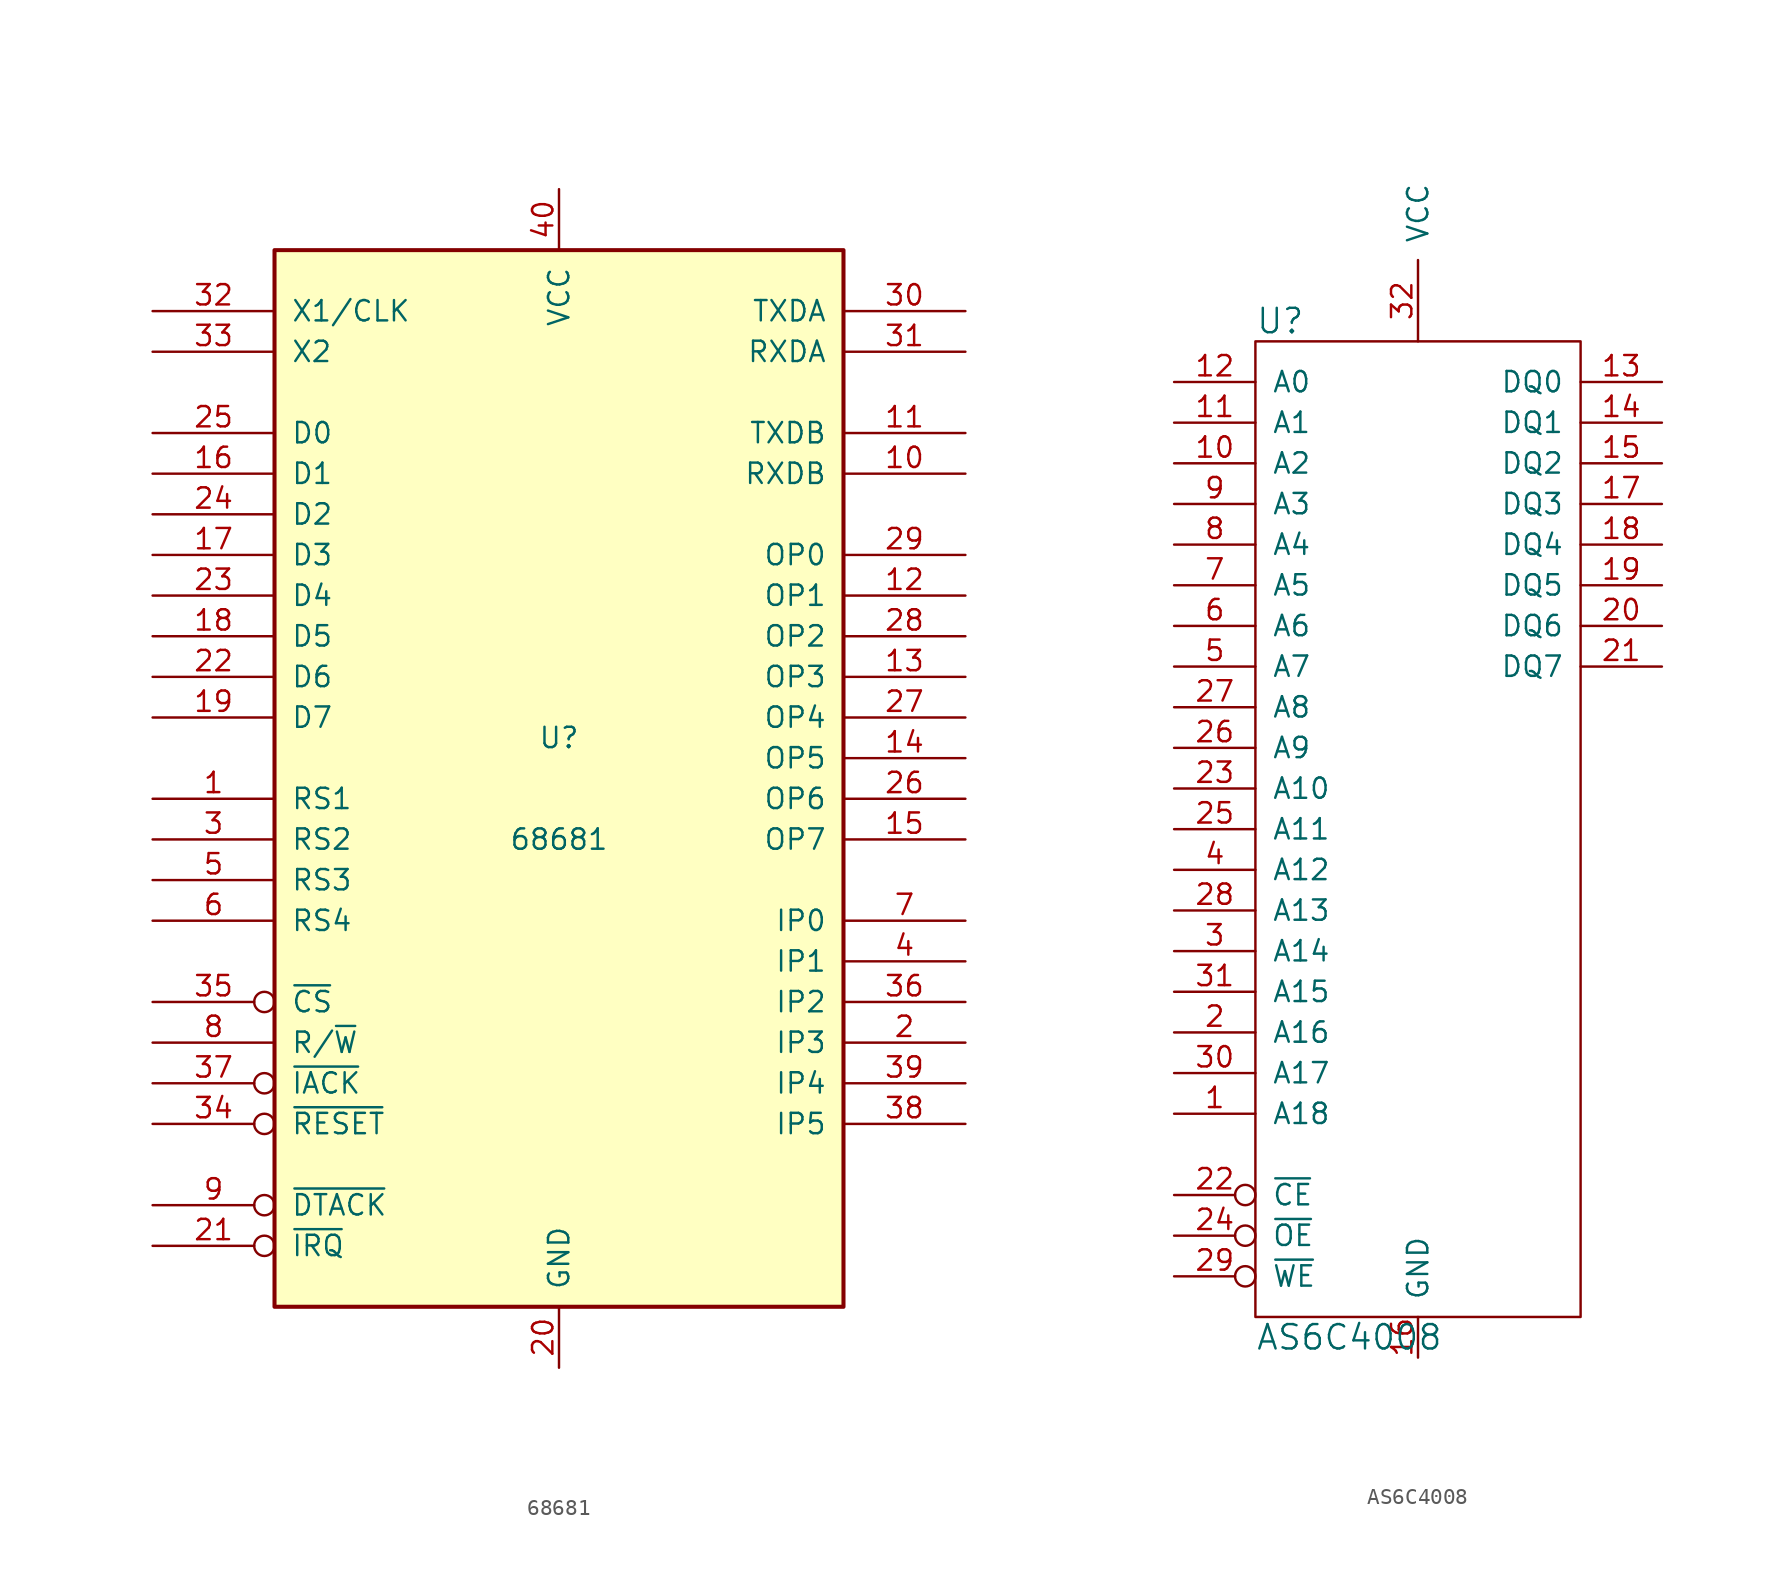
<source format=kicad_sym>
(kicad_symbol_lib
  (version 20220914)
  (generator kicad_symbol_editor)
  (symbol "68681"
    (pin_names
      (offset 1.016))
    (property "Reference" "U"
      (at 0 3.81 0)
      (effects (font (size 1.27 1.27))))
    (property "Value" "68681"
      (at 0 -2.54 0)
      (effects (font (size 1.27 1.27))))
    (symbol "68681_0_1"
      (rectangle (start -17.78 -31.75) (end 17.78 34.29) (stroke (width 0.254) (type default)) (fill (type background))))
    (symbol "68681_1_1"
      (pin input line (at -25.4 0 0) (length 7.62) (name "RS1" (effects (font (size 1.27 1.27)))) (number "1" (effects (font (size 1.27 1.27)))))
      (pin input line (at 25.4 20.32 180) (length 7.62) (name "RXDB" (effects (font (size 1.27 1.27)))) (number "10" (effects (font (size 1.27 1.27)))))
      (pin output line (at 25.4 22.86 180) (length 7.62) (name "TXDB" (effects (font (size 1.27 1.27)))) (number "11" (effects (font (size 1.27 1.27)))))
      (pin output line (at 25.4 12.7 180) (length 7.62) (name "OP1" (effects (font (size 1.27 1.27)))) (number "12" (effects (font (size 1.27 1.27)))))
      (pin output line (at 25.4 7.62 180) (length 7.62) (name "OP3" (effects (font (size 1.27 1.27)))) (number "13" (effects (font (size 1.27 1.27)))))
      (pin output line (at 25.4 2.54 180) (length 7.62) (name "OP5" (effects (font (size 1.27 1.27)))) (number "14" (effects (font (size 1.27 1.27)))))
      (pin output line (at 25.4 -2.54 180) (length 7.62) (name "OP7" (effects (font (size 1.27 1.27)))) (number "15" (effects (font (size 1.27 1.27)))))
      (pin tri_state line (at -25.4 20.32 0) (length 7.62) (name "D1" (effects (font (size 1.27 1.27)))) (number "16" (effects (font (size 1.27 1.27)))))
      (pin tri_state line (at -25.4 15.24 0) (length 7.62) (name "D3" (effects (font (size 1.27 1.27)))) (number "17" (effects (font (size 1.27 1.27)))))
      (pin tri_state line (at -25.4 10.16 0) (length 7.62) (name "D5" (effects (font (size 1.27 1.27)))) (number "18" (effects (font (size 1.27 1.27)))))
      (pin tri_state line (at -25.4 5.08 0) (length 7.62) (name "D7" (effects (font (size 1.27 1.27)))) (number "19" (effects (font (size 1.27 1.27)))))
      (pin input line (at 25.4 -15.24 180) (length 7.62) (name "IP3" (effects (font (size 1.27 1.27)))) (number "2" (effects (font (size 1.27 1.27)))))
      (pin power_in line (at 0 -35.56 90) (length 3.81) (name "GND" (effects (font (size 1.27 1.27)))) (number "20" (effects (font (size 1.27 1.27)))))
      (pin output inverted (at -25.4 -27.94 0) (length 7.62) (name "~{IRQ}" (effects (font (size 1.27 1.27)))) (number "21" (effects (font (size 1.27 1.27)))))
      (pin tri_state line (at -25.4 7.62 0) (length 7.62) (name "D6" (effects (font (size 1.27 1.27)))) (number "22" (effects (font (size 1.27 1.27)))))
      (pin tri_state line (at -25.4 12.7 0) (length 7.62) (name "D4" (effects (font (size 1.27 1.27)))) (number "23" (effects (font (size 1.27 1.27)))))
      (pin tri_state line (at -25.4 17.78 0) (length 7.62) (name "D2" (effects (font (size 1.27 1.27)))) (number "24" (effects (font (size 1.27 1.27)))))
      (pin tri_state line (at -25.4 22.86 0) (length 7.62) (name "D0" (effects (font (size 1.27 1.27)))) (number "25" (effects (font (size 1.27 1.27)))))
      (pin output line (at 25.4 0 180) (length 7.62) (name "OP6" (effects (font (size 1.27 1.27)))) (number "26" (effects (font (size 1.27 1.27)))))
      (pin output line (at 25.4 5.08 180) (length 7.62) (name "OP4" (effects (font (size 1.27 1.27)))) (number "27" (effects (font (size 1.27 1.27)))))
      (pin output line (at 25.4 10.16 180) (length 7.62) (name "OP2" (effects (font (size 1.27 1.27)))) (number "28" (effects (font (size 1.27 1.27)))))
      (pin output line (at 25.4 15.24 180) (length 7.62) (name "OP0" (effects (font (size 1.27 1.27)))) (number "29" (effects (font (size 1.27 1.27)))))
      (pin input line (at -25.4 -2.54 0) (length 7.62) (name "RS2" (effects (font (size 1.27 1.27)))) (number "3" (effects (font (size 1.27 1.27)))))
      (pin output line (at 25.4 30.48 180) (length 7.62) (name "TXDA" (effects (font (size 1.27 1.27)))) (number "30" (effects (font (size 1.27 1.27)))))
      (pin input line (at 25.4 27.94 180) (length 7.62) (name "RXDA" (effects (font (size 1.27 1.27)))) (number "31" (effects (font (size 1.27 1.27)))))
      (pin input line (at -25.4 30.48 0) (length 7.62) (name "X1/CLK" (effects (font (size 1.27 1.27)))) (number "32" (effects (font (size 1.27 1.27)))))
      (pin input line (at -25.4 27.94 0) (length 7.62) (name "X2" (effects (font (size 1.27 1.27)))) (number "33" (effects (font (size 1.27 1.27)))))
      (pin input inverted (at -25.4 -20.32 0) (length 7.62) (name "~{RESET}" (effects (font (size 1.27 1.27)))) (number "34" (effects (font (size 1.27 1.27)))))
      (pin input inverted (at -25.4 -12.7 0) (length 7.62) (name "~{CS}" (effects (font (size 1.27 1.27)))) (number "35" (effects (font (size 1.27 1.27)))))
      (pin input line (at 25.4 -12.7 180) (length 7.62) (name "IP2" (effects (font (size 1.27 1.27)))) (number "36" (effects (font (size 1.27 1.27)))))
      (pin input inverted (at -25.4 -17.78 0) (length 7.62) (name "~{IACK}" (effects (font (size 1.27 1.27)))) (number "37" (effects (font (size 1.27 1.27)))))
      (pin input line (at 25.4 -20.32 180) (length 7.62) (name "IP5" (effects (font (size 1.27 1.27)))) (number "38" (effects (font (size 1.27 1.27)))))
      (pin input line (at 25.4 -17.78 180) (length 7.62) (name "IP4" (effects (font (size 1.27 1.27)))) (number "39" (effects (font (size 1.27 1.27)))))
      (pin input line (at 25.4 -10.16 180) (length 7.62) (name "IP1" (effects (font (size 1.27 1.27)))) (number "4" (effects (font (size 1.27 1.27)))))
      (pin power_in line (at 0 38.1 270) (length 3.81) (name "VCC" (effects (font (size 1.27 1.27)))) (number "40" (effects (font (size 1.27 1.27)))))
      (pin input line (at -25.4 -5.08 0) (length 7.62) (name "RS3" (effects (font (size 1.27 1.27)))) (number "5" (effects (font (size 1.27 1.27)))))
      (pin input line (at -25.4 -7.62 0) (length 7.62) (name "RS4" (effects (font (size 1.27 1.27)))) (number "6" (effects (font (size 1.27 1.27)))))
      (pin input line (at 25.4 -7.62 180) (length 7.62) (name "IP0" (effects (font (size 1.27 1.27)))) (number "7" (effects (font (size 1.27 1.27)))))
      (pin input line (at -25.4 -15.24 0) (length 7.62) (name "R/~{W}" (effects (font (size 1.27 1.27)))) (number "8" (effects (font (size 1.27 1.27)))))
      (pin open_collector inverted (at -25.4 -25.4 0) (length 7.62) (name "~{DTACK}" (effects (font (size 1.27 1.27)))) (number "9" (effects (font (size 1.27 1.27)))))))
  (symbol "AS6C4008"
    (pin_names
      (offset 1.016))
    (property "Reference" "U"
      (at -10.16 31.75 0)
      (effects (font (size 1.524 1.524)) (justify left)))
    (property "Value" "AS6C4008"
      (at -10.16 -31.75 0)
      (effects (font (size 1.524 1.524)) (justify left)))
    (property "Footprint" ""
      (at 0 0 0)
      (effects (font (size 1.524 1.524))))
    (property "Datasheet" ""
      (at 0 0 0)
      (effects (font (size 1.524 1.524))))
    (symbol "AS6C4008_0_1"
      (rectangle (start 10.16 -30.48) (end -10.16 30.48) (stroke (width 0) (type default)) (fill (type none))))
    (symbol "AS6C4008_1_1"
      (pin input line (at -15.24 -17.78 0) (length 5.08) (name "A18" (effects (font (size 1.27 1.27)))) (number "1" (effects (font (size 1.27 1.27)))))
      (pin input line (at -15.24 22.86 0) (length 5.08) (name "A2" (effects (font (size 1.27 1.27)))) (number "10" (effects (font (size 1.27 1.27)))))
      (pin input line (at -15.24 25.4 0) (length 5.08) (name "A1" (effects (font (size 1.27 1.27)))) (number "11" (effects (font (size 1.27 1.27)))))
      (pin input line (at -15.24 27.94 0) (length 5.08) (name "A0" (effects (font (size 1.27 1.27)))) (number "12" (effects (font (size 1.27 1.27)))))
      (pin bidirectional line (at 15.24 27.94 180) (length 5.08) (name "DQ0" (effects (font (size 1.27 1.27)))) (number "13" (effects (font (size 1.27 1.27)))))
      (pin bidirectional line (at 15.24 25.4 180) (length 5.08) (name "DQ1" (effects (font (size 1.27 1.27)))) (number "14" (effects (font (size 1.27 1.27)))))
      (pin bidirectional line (at 15.24 22.86 180) (length 5.08) (name "DQ2" (effects (font (size 1.27 1.27)))) (number "15" (effects (font (size 1.27 1.27)))))
      (pin power_in line (at 0 -33.02 90) (length 2.54) (name "GND" (effects (font (size 1.27 1.27)))) (number "16" (effects (font (size 1.27 1.27)))))
      (pin bidirectional line (at 15.24 20.32 180) (length 5.08) (name "DQ3" (effects (font (size 1.27 1.27)))) (number "17" (effects (font (size 1.27 1.27)))))
      (pin bidirectional line (at 15.24 17.78 180) (length 5.08) (name "DQ4" (effects (font (size 1.27 1.27)))) (number "18" (effects (font (size 1.27 1.27)))))
      (pin bidirectional line (at 15.24 15.24 180) (length 5.08) (name "DQ5" (effects (font (size 1.27 1.27)))) (number "19" (effects (font (size 1.27 1.27)))))
      (pin input line (at -15.24 -12.7 0) (length 5.08) (name "A16" (effects (font (size 1.27 1.27)))) (number "2" (effects (font (size 1.27 1.27)))))
      (pin bidirectional line (at 15.24 12.7 180) (length 5.08) (name "DQ6" (effects (font (size 1.27 1.27)))) (number "20" (effects (font (size 1.27 1.27)))))
      (pin bidirectional line (at 15.24 10.16 180) (length 5.08) (name "DQ7" (effects (font (size 1.27 1.27)))) (number "21" (effects (font (size 1.27 1.27)))))
      (pin input inverted (at -15.24 -22.86 0) (length 5.08) (name "~{CE}" (effects (font (size 1.27 1.27)))) (number "22" (effects (font (size 1.27 1.27)))))
      (pin input line (at -15.24 2.54 0) (length 5.08) (name "A10" (effects (font (size 1.27 1.27)))) (number "23" (effects (font (size 1.27 1.27)))))
      (pin input inverted (at -15.24 -25.4 0) (length 5.08) (name "~{OE}" (effects (font (size 1.27 1.27)))) (number "24" (effects (font (size 1.27 1.27)))))
      (pin input line (at -15.24 0 0) (length 5.08) (name "A11" (effects (font (size 1.27 1.27)))) (number "25" (effects (font (size 1.27 1.27)))))
      (pin input line (at -15.24 5.08 0) (length 5.08) (name "A9" (effects (font (size 1.27 1.27)))) (number "26" (effects (font (size 1.27 1.27)))))
      (pin input line (at -15.24 7.62 0) (length 5.08) (name "A8" (effects (font (size 1.27 1.27)))) (number "27" (effects (font (size 1.27 1.27)))))
      (pin input line (at -15.24 -5.08 0) (length 5.08) (name "A13" (effects (font (size 1.27 1.27)))) (number "28" (effects (font (size 1.27 1.27)))))
      (pin input inverted (at -15.24 -27.94 0) (length 5.08) (name "~{WE}" (effects (font (size 1.27 1.27)))) (number "29" (effects (font (size 1.27 1.27)))))
      (pin input line (at -15.24 -7.62 0) (length 5.08) (name "A14" (effects (font (size 1.27 1.27)))) (number "3" (effects (font (size 1.27 1.27)))))
      (pin input line (at -15.24 -15.24 0) (length 5.08) (name "A17" (effects (font (size 1.27 1.27)))) (number "30" (effects (font (size 1.27 1.27)))))
      (pin input line (at -15.24 -10.16 0) (length 5.08) (name "A15" (effects (font (size 1.27 1.27)))) (number "31" (effects (font (size 1.27 1.27)))))
      (pin power_in line (at 0 30.48 90) (length 5.08) (name "VCC" (effects (font (size 1.27 1.27)))) (number "32" (effects (font (size 1.27 1.27)))))
      (pin input line (at -15.24 -2.54 0) (length 5.08) (name "A12" (effects (font (size 1.27 1.27)))) (number "4" (effects (font (size 1.27 1.27)))))
      (pin input line (at -15.24 10.16 0) (length 5.08) (name "A7" (effects (font (size 1.27 1.27)))) (number "5" (effects (font (size 1.27 1.27)))))
      (pin input line (at -15.24 12.7 0) (length 5.08) (name "A6" (effects (font (size 1.27 1.27)))) (number "6" (effects (font (size 1.27 1.27)))))
      (pin input line (at -15.24 15.24 0) (length 5.08) (name "A5" (effects (font (size 1.27 1.27)))) (number "7" (effects (font (size 1.27 1.27)))))
      (pin input line (at -15.24 17.78 0) (length 5.08) (name "A4" (effects (font (size 1.27 1.27)))) (number "8" (effects (font (size 1.27 1.27)))))
      (pin input line (at -15.24 20.32 0) (length 5.08) (name "A3" (effects (font (size 1.27 1.27)))) (number "9" (effects (font (size 1.27 1.27))))))))
</source>
